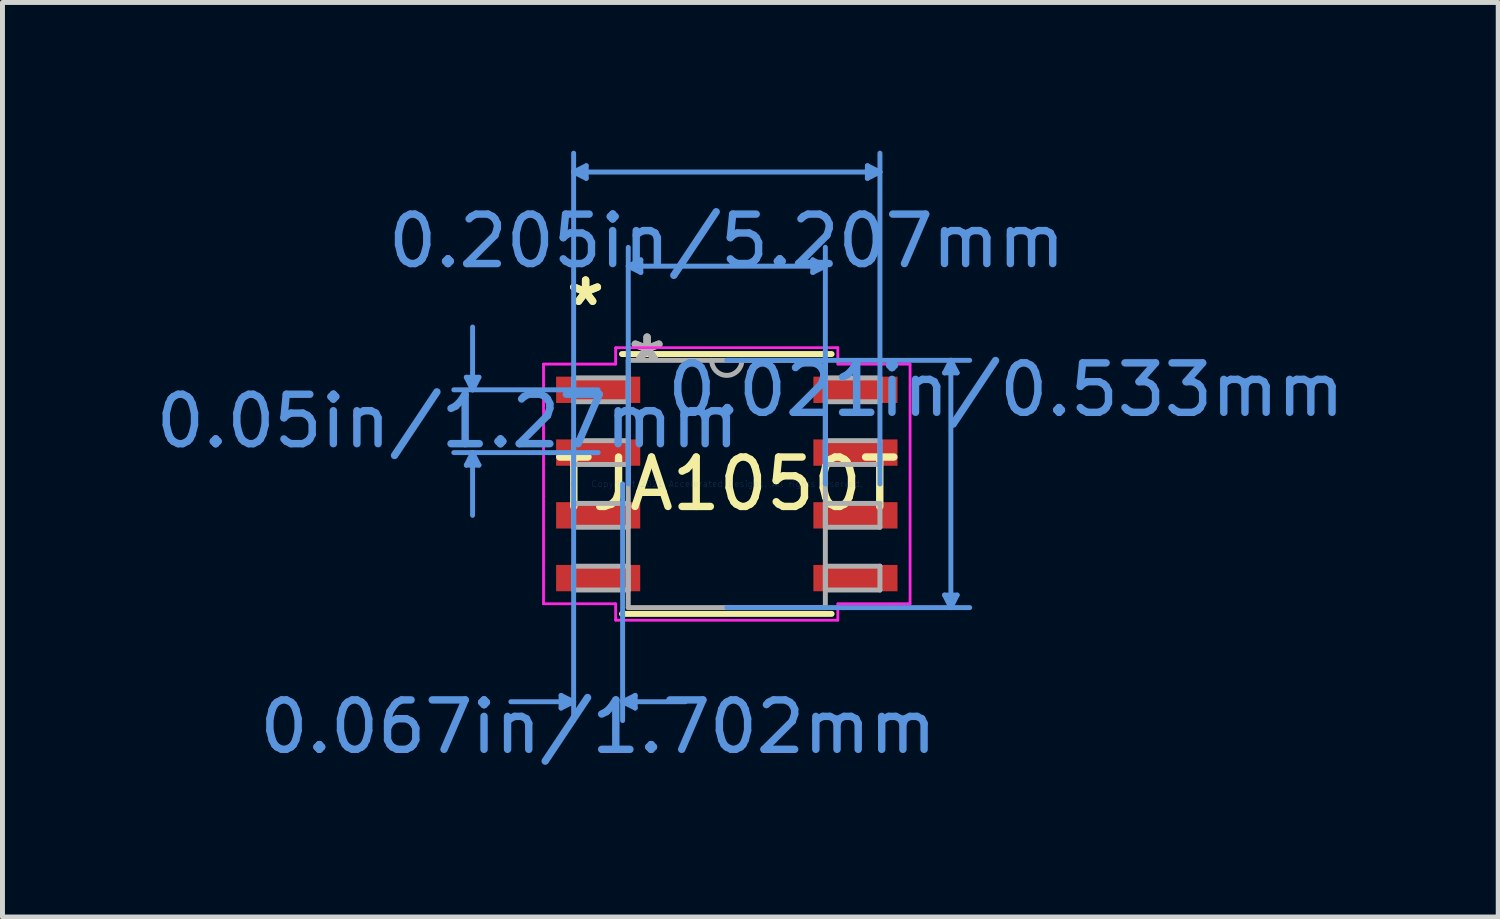
<source format=kicad_pcb>
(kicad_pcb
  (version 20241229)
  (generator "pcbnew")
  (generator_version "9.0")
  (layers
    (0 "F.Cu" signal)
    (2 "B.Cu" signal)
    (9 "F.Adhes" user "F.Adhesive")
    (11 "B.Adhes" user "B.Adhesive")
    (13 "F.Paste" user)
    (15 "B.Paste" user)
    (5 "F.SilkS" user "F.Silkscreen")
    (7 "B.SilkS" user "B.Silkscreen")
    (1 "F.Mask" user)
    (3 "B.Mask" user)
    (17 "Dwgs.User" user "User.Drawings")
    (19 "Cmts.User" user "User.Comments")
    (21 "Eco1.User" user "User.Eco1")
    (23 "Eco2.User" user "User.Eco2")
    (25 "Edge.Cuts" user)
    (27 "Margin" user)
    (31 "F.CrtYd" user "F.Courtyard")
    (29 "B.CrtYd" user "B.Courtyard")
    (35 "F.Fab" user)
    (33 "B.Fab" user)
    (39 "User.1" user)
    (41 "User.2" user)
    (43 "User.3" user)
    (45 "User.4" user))
  (footprint "TJA1050T"
    (layer "F.Cu")
    (at 11.657 6.743)
    (property "Reference" "TJA1050T" (at 0 0 0) (layer "F.SilkS") (effects (font (size 1 1) (thickness 0.15))))
    (attr through_hole)
    (fp_line (start -2.121 2.629) (end 2.121 2.629) (stroke (width 0.12) (type solid)) (layer "F.SilkS"))
    (fp_line (start 2.121 -2.629) (end -2.121 -2.629) (stroke (width 0.12) (type solid)) (layer "F.SilkS"))
    (fp_line (start -5.271 -2.159) (end -5.016 -2.159) (stroke (width 0.1) (type solid)) (layer "Cmts.User"))
    (fp_line (start -5.271 -0.381) (end -5.016 -0.381) (stroke (width 0.1) (type solid)) (layer "Cmts.User"))
    (fp_line (start -5.144 -1.905) (end -5.271 -2.159) (stroke (width 0.1) (type solid)) (layer "Cmts.User"))
    (fp_line (start -5.144 -1.905) (end -5.144 -3.175) (stroke (width 0.1) (type solid)) (layer "Cmts.User"))
    (fp_line (start -5.144 -1.905) (end -5.016 -2.159) (stroke (width 0.1) (type solid)) (layer "Cmts.User"))
    (fp_line (start -5.144 -0.635) (end -5.271 -0.381) (stroke (width 0.1) (type solid)) (layer "Cmts.User"))
    (fp_line (start -5.144 -0.635) (end -5.144 0.635) (stroke (width 0.1) (type solid)) (layer "Cmts.User"))
    (fp_line (start -5.144 -0.635) (end -5.016 -0.381) (stroke (width 0.1) (type solid)) (layer "Cmts.User"))
    (fp_line (start -3.353 4.28) (end -3.353 4.534) (stroke (width 0.1) (type solid)) (layer "Cmts.User"))
    (fp_line (start -3.099 -6.312) (end -2.845 -6.439) (stroke (width 0.1) (type solid)) (layer "Cmts.User"))
    (fp_line (start -3.099 -6.312) (end -2.845 -6.185) (stroke (width 0.1) (type solid)) (layer "Cmts.User"))
    (fp_line (start -3.099 -6.312) (end 3.099 -6.312) (stroke (width 0.1) (type solid)) (layer "Cmts.User"))
    (fp_line (start -3.099 0) (end -3.099 -6.693) (stroke (width 0.1) (type solid)) (layer "Cmts.User"))
    (fp_line (start -3.099 0) (end -3.099 4.788) (stroke (width 0.1) (type solid)) (layer "Cmts.User"))
    (fp_line (start -3.099 4.407) (end -4.369 4.407) (stroke (width 0.1) (type solid)) (layer "Cmts.User"))
    (fp_line (start -3.099 4.407) (end -3.353 4.28) (stroke (width 0.1) (type solid)) (layer "Cmts.User"))
    (fp_line (start -3.099 4.407) (end -3.353 4.534) (stroke (width 0.1) (type solid)) (layer "Cmts.User"))
    (fp_line (start -2.845 -6.439) (end -2.845 -6.185) (stroke (width 0.1) (type solid)) (layer "Cmts.User"))
    (fp_line (start -2.603 -1.905) (end -5.524 -1.905) (stroke (width 0.1) (type solid)) (layer "Cmts.User"))
    (fp_line (start -2.603 -0.635) (end -5.524 -0.635) (stroke (width 0.1) (type solid)) (layer "Cmts.User"))
    (fp_line (start -2.108 0) (end -2.108 4.788) (stroke (width 0.1) (type solid)) (layer "Cmts.User"))
    (fp_line (start -2.108 4.407) (end -1.854 4.28) (stroke (width 0.1) (type solid)) (layer "Cmts.User"))
    (fp_line (start -2.108 4.407) (end -1.854 4.534) (stroke (width 0.1) (type solid)) (layer "Cmts.User"))
    (fp_line (start -2.108 4.407) (end -0.838 4.407) (stroke (width 0.1) (type solid)) (layer "Cmts.User"))
    (fp_line (start -1.994 -4.407) (end -1.74 -4.534) (stroke (width 0.1) (type solid)) (layer "Cmts.User"))
    (fp_line (start -1.994 -4.407) (end -1.74 -4.28) (stroke (width 0.1) (type solid)) (layer "Cmts.User"))
    (fp_line (start -1.994 -4.407) (end 1.994 -4.407) (stroke (width 0.1) (type solid)) (layer "Cmts.User"))
    (fp_line (start -1.994 0) (end -1.994 -4.788) (stroke (width 0.1) (type solid)) (layer "Cmts.User"))
    (fp_line (start -1.854 4.28) (end -1.854 4.534) (stroke (width 0.1) (type solid)) (layer "Cmts.User"))
    (fp_line (start -1.74 -4.534) (end -1.74 -4.28) (stroke (width 0.1) (type solid)) (layer "Cmts.User"))
    (fp_line (start 0 -2.502) (end 4.915 -2.502) (stroke (width 0.1) (type solid)) (layer "Cmts.User"))
    (fp_line (start 0 2.502) (end 4.915 2.502) (stroke (width 0.1) (type solid)) (layer "Cmts.User"))
    (fp_line (start 1.74 -4.534) (end 1.74 -4.28) (stroke (width 0.1) (type solid)) (layer "Cmts.User"))
    (fp_line (start 1.994 -4.407) (end 1.74 -4.534) (stroke (width 0.1) (type solid)) (layer "Cmts.User"))
    (fp_line (start 1.994 -4.407) (end 1.74 -4.28) (stroke (width 0.1) (type solid)) (layer "Cmts.User"))
    (fp_line (start 1.994 0) (end 1.994 -4.788) (stroke (width 0.1) (type solid)) (layer "Cmts.User"))
    (fp_line (start 2.845 -6.439) (end 2.845 -6.185) (stroke (width 0.1) (type solid)) (layer "Cmts.User"))
    (fp_line (start 3.099 -6.312) (end 2.845 -6.439) (stroke (width 0.1) (type solid)) (layer "Cmts.User"))
    (fp_line (start 3.099 -6.312) (end 2.845 -6.185) (stroke (width 0.1) (type solid)) (layer "Cmts.User"))
    (fp_line (start 3.099 0) (end 3.099 -6.693) (stroke (width 0.1) (type solid)) (layer "Cmts.User"))
    (fp_line (start 4.407 -2.248) (end 4.661 -2.248) (stroke (width 0.1) (type solid)) (layer "Cmts.User"))
    (fp_line (start 4.407 2.248) (end 4.661 2.248) (stroke (width 0.1) (type solid)) (layer "Cmts.User"))
    (fp_line (start 4.534 -2.502) (end 4.407 -2.248) (stroke (width 0.1) (type solid)) (layer "Cmts.User"))
    (fp_line (start 4.534 -2.502) (end 4.534 2.502) (stroke (width 0.1) (type solid)) (layer "Cmts.User"))
    (fp_line (start 4.534 -2.502) (end 4.661 -2.248) (stroke (width 0.1) (type solid)) (layer "Cmts.User"))
    (fp_line (start 4.534 2.502) (end 4.407 2.248) (stroke (width 0.1) (type solid)) (layer "Cmts.User"))
    (fp_line (start 4.534 2.502) (end 4.661 2.248) (stroke (width 0.1) (type solid)) (layer "Cmts.User"))
    (fp_line (start -3.708 -2.426) (end -2.248 -2.426) (stroke (width 0.05) (type solid)) (layer "F.CrtYd"))
    (fp_line (start -3.708 -2.426) (end -2.248 -2.426) (stroke (width 0.05) (type solid)) (layer "F.CrtYd"))
    (fp_line (start -3.708 2.426) (end -3.708 -2.426) (stroke (width 0.05) (type solid)) (layer "F.CrtYd"))
    (fp_line (start -3.708 2.426) (end -3.708 -2.426) (stroke (width 0.05) (type solid)) (layer "F.CrtYd"))
    (fp_line (start -3.708 2.426) (end -2.248 2.426) (stroke (width 0.05) (type solid)) (layer "F.CrtYd"))
    (fp_line (start -2.248 -2.756) (end 2.248 -2.756) (stroke (width 0.05) (type solid)) (layer "F.CrtYd"))
    (fp_line (start -2.248 -2.756) (end 2.248 -2.756) (stroke (width 0.05) (type solid)) (layer "F.CrtYd"))
    (fp_line (start -2.248 -2.426) (end -2.248 -2.756) (stroke (width 0.05) (type solid)) (layer "F.CrtYd"))
    (fp_line (start -2.248 -2.426) (end -2.248 -2.756) (stroke (width 0.05) (type solid)) (layer "F.CrtYd"))
    (fp_line (start -2.248 2.426) (end -3.708 2.426) (stroke (width 0.05) (type solid)) (layer "F.CrtYd"))
    (fp_line (start -2.248 2.756) (end -2.248 2.426) (stroke (width 0.05) (type solid)) (layer "F.CrtYd"))
    (fp_line (start -2.248 2.756) (end -2.248 2.426) (stroke (width 0.05) (type solid)) (layer "F.CrtYd"))
    (fp_line (start 2.248 -2.756) (end 2.248 -2.426) (stroke (width 0.05) (type solid)) (layer "F.CrtYd"))
    (fp_line (start 2.248 -2.756) (end 2.248 -2.426) (stroke (width 0.05) (type solid)) (layer "F.CrtYd"))
    (fp_line (start 2.248 -2.426) (end 3.708 -2.426) (stroke (width 0.05) (type solid)) (layer "F.CrtYd"))
    (fp_line (start 2.248 2.426) (end 2.248 2.756) (stroke (width 0.05) (type solid)) (layer "F.CrtYd"))
    (fp_line (start 2.248 2.426) (end 2.248 2.756) (stroke (width 0.05) (type solid)) (layer "F.CrtYd"))
    (fp_line (start 2.248 2.756) (end -2.248 2.756) (stroke (width 0.05) (type solid)) (layer "F.CrtYd"))
    (fp_line (start 2.248 2.756) (end -2.248 2.756) (stroke (width 0.05) (type solid)) (layer "F.CrtYd"))
    (fp_line (start 3.708 -2.426) (end 2.248 -2.426) (stroke (width 0.05) (type solid)) (layer "F.CrtYd"))
    (fp_line (start 3.708 -2.426) (end 3.708 2.426) (stroke (width 0.05) (type solid)) (layer "F.CrtYd"))
    (fp_line (start 3.708 -2.426) (end 3.708 2.426) (stroke (width 0.05) (type solid)) (layer "F.CrtYd"))
    (fp_line (start 3.708 2.426) (end 2.248 2.426) (stroke (width 0.05) (type solid)) (layer "F.CrtYd"))
    (fp_line (start 3.708 2.426) (end 2.248 2.426) (stroke (width 0.05) (type solid)) (layer "F.CrtYd"))
    (fp_line (start -3.099 -2.146) (end -3.099 -1.664) (stroke (width 0.1) (type solid)) (layer "F.Fab"))
    (fp_line (start -3.099 -1.664) (end -1.994 -1.664) (stroke (width 0.1) (type solid)) (layer "F.Fab"))
    (fp_line (start -3.099 -0.876) (end -3.099 -0.394) (stroke (width 0.1) (type solid)) (layer "F.Fab"))
    (fp_line (start -3.099 -0.394) (end -1.994 -0.394) (stroke (width 0.1) (type solid)) (layer "F.Fab"))
    (fp_line (start -3.099 0.394) (end -3.099 0.876) (stroke (width 0.1) (type solid)) (layer "F.Fab"))
    (fp_line (start -3.099 0.876) (end -1.994 0.876) (stroke (width 0.1) (type solid)) (layer "F.Fab"))
    (fp_line (start -3.099 1.664) (end -3.099 2.146) (stroke (width 0.1) (type solid)) (layer "F.Fab"))
    (fp_line (start -3.099 2.146) (end -1.994 2.146) (stroke (width 0.1) (type solid)) (layer "F.Fab"))
    (fp_line (start -1.994 -2.502) (end -1.994 2.502) (stroke (width 0.1) (type solid)) (layer "F.Fab"))
    (fp_line (start -1.994 -2.146) (end -3.099 -2.146) (stroke (width 0.1) (type solid)) (layer "F.Fab"))
    (fp_line (start -1.994 -1.664) (end -1.994 -2.146) (stroke (width 0.1) (type solid)) (layer "F.Fab"))
    (fp_line (start -1.994 -0.876) (end -3.099 -0.876) (stroke (width 0.1) (type solid)) (layer "F.Fab"))
    (fp_line (start -1.994 -0.394) (end -1.994 -0.876) (stroke (width 0.1) (type solid)) (layer "F.Fab"))
    (fp_line (start -1.994 0.394) (end -3.099 0.394) (stroke (width 0.1) (type solid)) (layer "F.Fab"))
    (fp_line (start -1.994 0.876) (end -1.994 0.394) (stroke (width 0.1) (type solid)) (layer "F.Fab"))
    (fp_line (start -1.994 1.664) (end -3.099 1.664) (stroke (width 0.1) (type solid)) (layer "F.Fab"))
    (fp_line (start -1.994 2.146) (end -1.994 1.664) (stroke (width 0.1) (type solid)) (layer "F.Fab"))
    (fp_line (start -1.994 2.502) (end 1.994 2.502) (stroke (width 0.1) (type solid)) (layer "F.Fab"))
    (fp_line (start 1.994 -2.502) (end -1.994 -2.502) (stroke (width 0.1) (type solid)) (layer "F.Fab"))
    (fp_line (start 1.994 -2.146) (end 1.994 -1.664) (stroke (width 0.1) (type solid)) (layer "F.Fab"))
    (fp_line (start 1.994 -1.664) (end 3.099 -1.664) (stroke (width 0.1) (type solid)) (layer "F.Fab"))
    (fp_line (start 1.994 -0.876) (end 1.994 -0.394) (stroke (width 0.1) (type solid)) (layer "F.Fab"))
    (fp_line (start 1.994 -0.394) (end 3.099 -0.394) (stroke (width 0.1) (type solid)) (layer "F.Fab"))
    (fp_line (start 1.994 0.394) (end 1.994 0.876) (stroke (width 0.1) (type solid)) (layer "F.Fab"))
    (fp_line (start 1.994 0.876) (end 3.099 0.876) (stroke (width 0.1) (type solid)) (layer "F.Fab"))
    (fp_line (start 1.994 1.664) (end 1.994 2.146) (stroke (width 0.1) (type solid)) (layer "F.Fab"))
    (fp_line (start 1.994 2.146) (end 3.099 2.146) (stroke (width 0.1) (type solid)) (layer "F.Fab"))
    (fp_line (start 1.994 2.502) (end 1.994 -2.502) (stroke (width 0.1) (type solid)) (layer "F.Fab"))
    (fp_line (start 3.099 -2.146) (end 1.994 -2.146) (stroke (width 0.1) (type solid)) (layer "F.Fab"))
    (fp_line (start 3.099 -1.664) (end 3.099 -2.146) (stroke (width 0.1) (type solid)) (layer "F.Fab"))
    (fp_line (start 3.099 -0.876) (end 1.994 -0.876) (stroke (width 0.1) (type solid)) (layer "F.Fab"))
    (fp_line (start 3.099 -0.394) (end 3.099 -0.876) (stroke (width 0.1) (type solid)) (layer "F.Fab"))
    (fp_line (start 3.099 0.394) (end 1.994 0.394) (stroke (width 0.1) (type solid)) (layer "F.Fab"))
    (fp_line (start 3.099 0.876) (end 3.099 0.394) (stroke (width 0.1) (type solid)) (layer "F.Fab"))
    (fp_line (start 3.099 1.664) (end 1.994 1.664) (stroke (width 0.1) (type solid)) (layer "F.Fab"))
    (fp_line (start 3.099 2.146) (end 3.099 1.664) (stroke (width 0.1) (type solid)) (layer "F.Fab"))
    (fp_arc (start 0.3048 -2.5019) (mid 0 -2.1971) (end -0.3048 -2.5019) (stroke (width 0.1) (type solid)) (layer "F.Fab"))
    (fp_text user "*" (at -2.857 -3.581 0) (layer "F.SilkS") (effects (font (size 1 1) (thickness 0.15))))
    (fp_text user "*" (at -2.857 -3.581 0) (layer "F.SilkS") (effects (font (size 1 1) (thickness 0.15))))
    (fp_text user "Copyright 2021 Accelerated Designs. All rights reserved." (at 0 0 0) (layer "Cmts.User") (effects (font (size 0.127 0.127) (thickness 0.002))))
    (fp_text user "0.205in/5.207mm" (at 0 -4.915 0) (layer "Cmts.User") (effects (font (size 1 1) (thickness 0.15))))
    (fp_text user "0.05in/1.27mm" (at -5.652 -1.27 0) (layer "Cmts.User") (effects (font (size 1 1) (thickness 0.15))))
    (fp_text user "0.067in/1.702mm" (at -2.603 4.915 0) (layer "Cmts.User") (effects (font (size 1 1) (thickness 0.15))))
    (fp_text user "0.021in/0.533mm" (at 5.652 -1.905 0) (layer "Cmts.User") (effects (font (size 1 1) (thickness 0.15))))
    (fp_text user "*" (at -1.613 -2.426 0) (layer "F.Fab") (effects (font (size 1 1) (thickness 0.15))))
    (fp_text user "*" (at -1.613 -2.426 0) (layer "F.Fab") (effects (font (size 1 1) (thickness 0.15))))
    (pad "1" smd rect (at -2.603 -1.905) (size 1.702 0.533) (layers "F.Cu" "F.Mask" "F.Paste"))
    (pad "2" smd rect (at -2.603 -0.635) (size 1.702 0.533) (layers "F.Cu" "F.Mask" "F.Paste"))
    (pad "3" smd rect (at -2.603 0.635) (size 1.702 0.533) (layers "F.Cu" "F.Mask" "F.Paste"))
    (pad "4" smd rect (at -2.603 1.905) (size 1.702 0.533) (layers "F.Cu" "F.Mask" "F.Paste"))
    (pad "5" smd rect (at 2.603 1.905) (size 1.702 0.533) (layers "F.Cu" "F.Mask" "F.Paste"))
    (pad "6" smd rect (at 2.603 0.635) (size 1.702 0.533) (layers "F.Cu" "F.Mask" "F.Paste"))
    (pad "7" smd rect (at 2.603 -0.635) (size 1.702 0.533) (layers "F.Cu" "F.Mask" "F.Paste"))
    (pad "8" smd rect (at 2.603 -1.905) (size 1.702 0.533) (layers "F.Cu" "F.Mask" "F.Paste")))
  (gr_rect
    (start -3 -3)
    (end 27.267 15.506)
    (stroke (width 0.1) (type default))
    (fill no)
    (layer "Edge.Cuts")))
</source>
